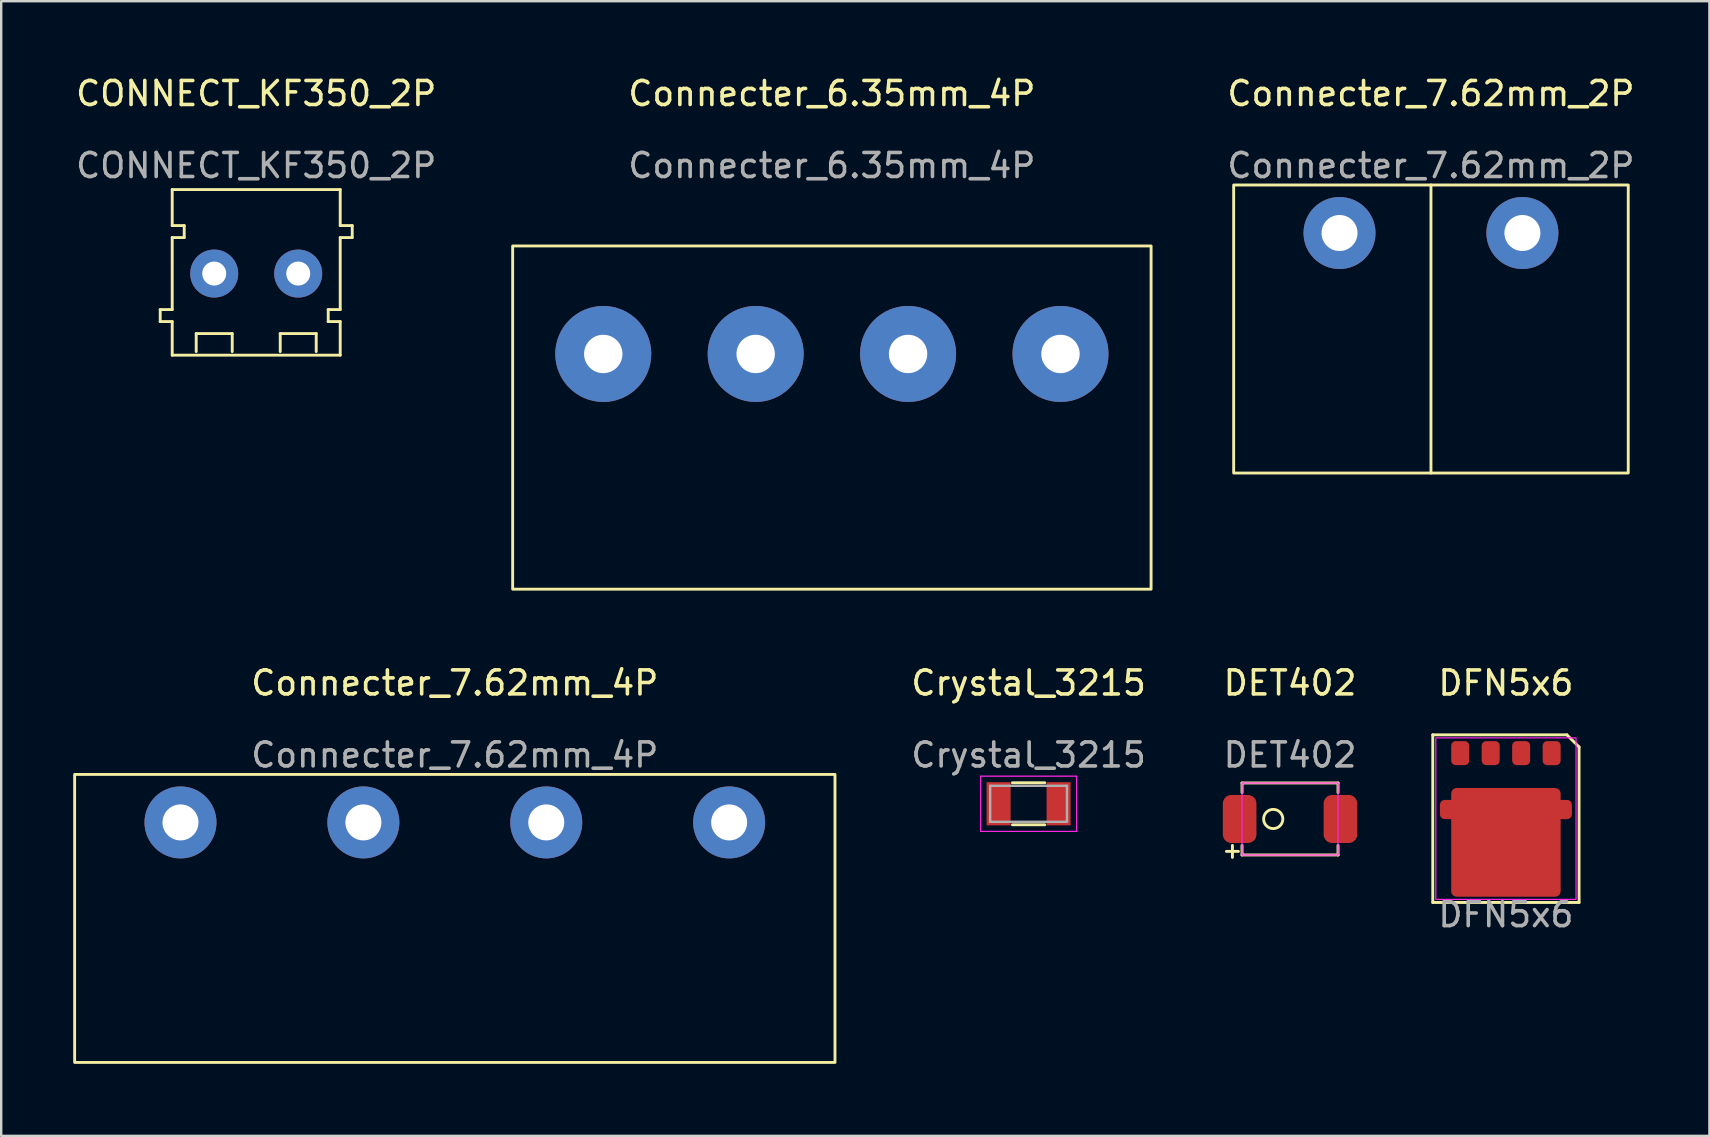
<source format=kicad_pcb>
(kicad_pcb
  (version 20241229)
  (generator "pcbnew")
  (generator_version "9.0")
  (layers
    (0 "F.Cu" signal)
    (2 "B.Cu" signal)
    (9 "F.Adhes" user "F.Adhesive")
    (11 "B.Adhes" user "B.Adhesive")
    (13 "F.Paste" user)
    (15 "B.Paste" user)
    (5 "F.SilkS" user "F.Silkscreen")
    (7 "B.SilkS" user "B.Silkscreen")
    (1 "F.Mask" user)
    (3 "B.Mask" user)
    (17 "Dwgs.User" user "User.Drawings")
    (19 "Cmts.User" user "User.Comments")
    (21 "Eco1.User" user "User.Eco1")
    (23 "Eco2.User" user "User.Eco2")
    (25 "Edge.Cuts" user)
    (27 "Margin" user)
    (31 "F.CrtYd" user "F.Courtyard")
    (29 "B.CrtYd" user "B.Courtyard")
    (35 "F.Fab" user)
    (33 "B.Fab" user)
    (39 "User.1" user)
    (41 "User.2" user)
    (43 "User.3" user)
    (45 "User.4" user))
  (footprint "Connecter_6.35mm_4P"
    (layer "F.Cu")
    (at 31.61 7.198)
    (property "Reference" "Connecter_6.35mm_4P" (at 0 -6.35 0) (unlocked yes) (layer "F.SilkS") (effects (font (size 1 1) (thickness 0.15))))
    (attr through_hole)
    (fp_rect (start -13.3 0) (end 13.3 14.3) (stroke (width 0.12) (type default)) (fill no) (layer "F.SilkS"))
    (fp_text user "${REFERENCE}" (at 0 -3.35 0) (unlocked yes) (layer "F.Fab") (effects (font (size 1 1) (thickness 0.15))))
    (pad "1" thru_hole circle (at -9.525 4.5) (size 4 4) (drill 1.6) (layers "*.Cu" "*.Mask"))
    (pad "2" thru_hole circle (at -3.175 4.5) (size 4 4) (drill 1.6) (layers "*.Cu" "*.Mask"))
    (pad "3" thru_hole circle (at 3.175 4.5) (size 4 4) (drill 1.6) (layers "*.Cu" "*.Mask"))
    (pad "4" thru_hole circle (at 9.525 4.5) (size 4 4) (drill 1.6) (layers "*.Cu" "*.Mask")))
  (footprint "Connecter_7.62mm_4P"
    (layer "F.Cu")
    (at 15.9 29.216)
    (property "Reference" "Connecter_7.62mm_4P" (at 0 -3.81 0) (unlocked yes) (layer "F.SilkS") (effects (font (size 1 1) (thickness 0.15))))
    (attr through_hole)
    (fp_rect (start -15.84 0) (end 15.84 12) (stroke (width 0.12) (type solid)) (fill no) (layer "F.SilkS"))
    (fp_text user "${REFERENCE}" (at 0 -0.81 0) (unlocked yes) (layer "F.Fab") (effects (font (size 1 1) (thickness 0.15))))
    (pad "1" thru_hole circle (at -11.43 2) (size 3 3) (drill 1.5) (layers "*.Cu" "*.Mask"))
    (pad "2" thru_hole circle (at -3.81 2) (size 3 3) (drill 1.5) (layers "*.Cu" "*.Mask"))
    (pad "3" thru_hole circle (at 3.81 2) (size 3 3) (drill 1.5) (layers "*.Cu" "*.Mask"))
    (pad "4" thru_hole circle (at 11.43 2) (size 3 3) (drill 1.5) (layers "*.Cu" "*.Mask")))
  (footprint "CONNECT_KF350_2P"
    (layer "F.Cu")
    (at 7.625 8.348)
    (property "Reference" "CONNECT_KF350_2P" (at 0 -7.5 0) (unlocked yes) (layer "F.SilkS") (effects (font (size 1 1) (thickness 0.15))))
    (attr through_hole)
    (fp_line (start -4 1.5) (end -3.5 1.5) (stroke (width 0.12) (type default)) (layer "F.SilkS"))
    (fp_line (start -4 2) (end -4 1.5) (stroke (width 0.12) (type default)) (layer "F.SilkS"))
    (fp_line (start -3.5 -3.5) (end -3.5 -2) (stroke (width 0.12) (type default)) (layer "F.SilkS"))
    (fp_line (start -3.5 -2) (end -3 -2) (stroke (width 0.12) (type default)) (layer "F.SilkS"))
    (fp_line (start -3.5 -1.5) (end -3.5 1.5) (stroke (width 0.12) (type default)) (layer "F.SilkS"))
    (fp_line (start -3.5 2) (end -4 2) (stroke (width 0.12) (type default)) (layer "F.SilkS"))
    (fp_line (start -3.5 2) (end -3.5 3.4) (stroke (width 0.12) (type default)) (layer "F.SilkS"))
    (fp_line (start -3.5 3.4) (end 3.5 3.4) (stroke (width 0.12) (type default)) (layer "F.SilkS"))
    (fp_line (start -3 -2) (end -3 -1.5) (stroke (width 0.12) (type default)) (layer "F.SilkS"))
    (fp_line (start -3 -1.5) (end -3.5 -1.5) (stroke (width 0.12) (type default)) (layer "F.SilkS"))
    (fp_line (start -2.5 2.5) (end -1 2.5) (stroke (width 0.12) (type default)) (layer "F.SilkS"))
    (fp_line (start -2.5 3.25) (end -2.5 2.5) (stroke (width 0.12) (type default)) (layer "F.SilkS"))
    (fp_line (start -1 2.5) (end -1 3.25) (stroke (width 0.12) (type default)) (layer "F.SilkS"))
    (fp_line (start 1 2.5) (end 2.5 2.5) (stroke (width 0.12) (type default)) (layer "F.SilkS"))
    (fp_line (start 1 3.25) (end 1 2.5) (stroke (width 0.12) (type default)) (layer "F.SilkS"))
    (fp_line (start 2.5 2.5) (end 2.5 3.25) (stroke (width 0.12) (type default)) (layer "F.SilkS"))
    (fp_line (start 3 1.5) (end 3.5 1.5) (stroke (width 0.12) (type default)) (layer "F.SilkS"))
    (fp_line (start 3 2) (end 3 1.5) (stroke (width 0.12) (type default)) (layer "F.SilkS"))
    (fp_line (start 3.5 -3.5) (end -3.5 -3.5) (stroke (width 0.12) (type default)) (layer "F.SilkS"))
    (fp_line (start 3.5 -2) (end 3.5 -3.5) (stroke (width 0.12) (type default)) (layer "F.SilkS"))
    (fp_line (start 3.5 -1.5) (end 4 -1.5) (stroke (width 0.12) (type default)) (layer "F.SilkS"))
    (fp_line (start 3.5 1.5) (end 3.5 -1.5) (stroke (width 0.12) (type default)) (layer "F.SilkS"))
    (fp_line (start 3.5 2) (end 3 2) (stroke (width 0.12) (type default)) (layer "F.SilkS"))
    (fp_line (start 3.5 3.4) (end 3.5 2) (stroke (width 0.12) (type default)) (layer "F.SilkS"))
    (fp_line (start 4 -2) (end 3.5 -2) (stroke (width 0.12) (type default)) (layer "F.SilkS"))
    (fp_line (start 4 -1.5) (end 4 -2) (stroke (width 0.12) (type default)) (layer "F.SilkS"))
    (fp_text user "${REFERENCE}" (at 0 -4.5 0) (unlocked yes) (layer "F.Fab") (effects (font (size 1 1) (thickness 0.15))))
    (pad "1" thru_hole circle (at -1.75 0) (size 2 2) (drill 1) (layers "*.Cu" "*.Mask"))
    (pad "2" thru_hole circle (at 1.75 0) (size 2 2) (drill 1) (layers "*.Cu" "*.Mask")))
  (footprint "Connecter_7.62mm_2P"
    (layer "F.Cu")
    (at 56.571 4.658)
    (property "Reference" "Connecter_7.62mm_2P" (at 0 -3.81 0) (unlocked yes) (layer "F.SilkS") (effects (font (size 1 1) (thickness 0.15))))
    (attr through_hole)
    (fp_line (start 0 0) (end 0 12) (stroke (width 0.12) (type solid)) (layer "F.SilkS"))
    (fp_rect (start -8.22 0) (end 8.22 12) (stroke (width 0.12) (type solid)) (fill no) (layer "F.SilkS"))
    (fp_text user "${REFERENCE}" (at 0 -0.81 0) (unlocked yes) (layer "F.Fab") (effects (font (size 1 1) (thickness 0.15))))
    (pad "1" thru_hole circle (at -3.81 2) (size 3 3) (drill 1.5) (layers "*.Cu" "*.Mask"))
    (pad "2" thru_hole circle (at 3.81 2) (size 3 3) (drill 1.5) (layers "*.Cu" "*.Mask")))
  (footprint "DFN5x6"
    (layer "F.Cu")
    (at 59.694 28.328)
    (property "Reference" "DFN5x6" (at 0 -2.921 0) (unlocked yes) (layer "F.SilkS") (effects (font (size 1 1) (thickness 0.15))))
    (attr smd)
    (fp_line (start -3.048 -0.762) (end -3.048 6.223) (stroke (width 0.12) (type solid)) (layer "F.SilkS"))
    (fp_line (start -3.048 -0.762) (end 2.54 -0.762) (stroke (width 0.12) (type solid)) (layer "F.SilkS"))
    (fp_line (start -3.048 6.223) (end 3.048 6.223) (stroke (width 0.12) (type solid)) (layer "F.SilkS"))
    (fp_line (start 3.048 -0.254) (end 2.54 -0.762) (stroke (width 0.12) (type solid)) (layer "F.SilkS"))
    (fp_line (start 3.048 6.223) (end 3.048 -0.254) (stroke (width 0.12) (type solid)) (layer "F.SilkS"))
    (fp_rect (start -2.921 -0.635) (end 2.921 6.096) (stroke (width 0.05) (type solid)) (fill no) (layer "F.CrtYd"))
    (fp_text user "${REFERENCE}" (at 0 6.731 0) (unlocked yes) (layer "F.Fab") (effects (font (size 1 1) (thickness 0.15))))
    (pad "D" smd roundrect (at 0 2.35) (size 5.5 0.8) (layers "F.Cu" "F.Mask" "F.Paste") (roundrect_rratio 0.25))
    (pad "D" smd roundrect (at 0 3.72) (size 4.56 4.53) (layers "F.Cu" "F.Mask" "F.Paste") (roundrect_rratio 0.05))
    (pad "G" smd roundrect (at -1.905 0) (size 0.75 1) (layers "F.Cu" "F.Mask" "F.Paste") (roundrect_rratio 0.25))
    (pad "S" smd roundrect (at -0.635 0) (size 0.75 1) (layers "F.Cu" "F.Mask" "F.Paste") (roundrect_rratio 0.25))
    (pad "S" smd roundrect (at 0.635 0) (size 0.75 1) (layers "F.Cu" "F.Mask" "F.Paste") (roundrect_rratio 0.25))
    (pad "S" smd roundrect (at 1.905 0) (size 0.75 1) (layers "F.Cu" "F.Mask" "F.Paste") (roundrect_rratio 0.25)))
  (footprint "Crystal_3215"
    (layer "F.Cu")
    (at 39.806 30.439)
    (property "Reference" "Crystal_3215" (at 0 -5.032 0) (unlocked yes) (layer "F.SilkS") (effects (font (size 1 1) (thickness 0.15))))
    (attr smd)
    (fp_line (start -0.675 -0.875) (end 0.675 -0.875) (stroke (width 0.12) (type solid)) (layer "F.SilkS"))
    (fp_line (start -0.675 0.875) (end 0.675 0.875) (stroke (width 0.12) (type solid)) (layer "F.SilkS"))
    (fp_line (start -2 -1.15) (end -2 1.15) (stroke (width 0.05) (type solid)) (layer "F.CrtYd"))
    (fp_line (start -2 -1.15) (end 2 -1.15) (stroke (width 0.05) (type solid)) (layer "F.CrtYd"))
    (fp_line (start -2 1.15) (end 2 1.15) (stroke (width 0.05) (type solid)) (layer "F.CrtYd"))
    (fp_line (start 2 -1.15) (end 2 1.15) (stroke (width 0.05) (type solid)) (layer "F.CrtYd"))
    (fp_line (start -1.6 -0.75) (end -1.6 0.75) (stroke (width 0.1) (type solid)) (layer "F.Fab"))
    (fp_line (start -1.6 -0.75) (end 1.6 -0.75) (stroke (width 0.1) (type solid)) (layer "F.Fab"))
    (fp_line (start -1.6 0.75) (end 1.6 0.75) (stroke (width 0.1) (type solid)) (layer "F.Fab"))
    (fp_line (start 1.6 -0.75) (end 1.6 0.75) (stroke (width 0.1) (type solid)) (layer "F.Fab"))
    (fp_text user "${REFERENCE}" (at 0 -2.032 0) (unlocked yes) (layer "F.Fab") (effects (font (size 1 1) (thickness 0.15))))
    (pad "1" smd rect (at 1.25 0) (size 1 1.8) (layers "F.Cu" "F.Mask" "F.Paste"))
    (pad "2" smd rect (at -1.25 0) (size 1 1.8) (layers "F.Cu" "F.Mask" "F.Paste")))
  (footprint "DET402"
    (layer "F.Cu")
    (at 50.699 31.073)
    (property "Reference" "DET402" (at 0 -5.667 0) (unlocked yes) (layer "F.SilkS") (effects (font (size 1 1) (thickness 0.15))))
    (attr smd)
    (fp_line (start -2.65 1.35) (end -2.15 1.35) (stroke (width 0.12) (type solid)) (layer "F.SilkS"))
    (fp_line (start -2.4 1.1) (end -2.4 1.6) (stroke (width 0.12) (type solid)) (layer "F.SilkS"))
    (fp_line (start -2 -1.5) (end 2 -1.5) (stroke (width 0.12) (type solid)) (layer "F.SilkS"))
    (fp_line (start -2 -1.1) (end -2 -1.5) (stroke (width 0.12) (type solid)) (layer "F.SilkS"))
    (fp_line (start -2 1.1) (end -2 1.5) (stroke (width 0.12) (type solid)) (layer "F.SilkS"))
    (fp_line (start -2 1.5) (end 2 1.5) (stroke (width 0.12) (type solid)) (layer "F.SilkS"))
    (fp_line (start 2 -1.5) (end 2 -1.1) (stroke (width 0.12) (type solid)) (layer "F.SilkS"))
    (fp_line (start 2 1.5) (end 2 1.1) (stroke (width 0.12) (type solid)) (layer "F.SilkS"))
    (fp_circle (center -0.7 0) (end -0.3 0) (stroke (width 0.12) (type solid)) (fill no) (layer "F.SilkS"))
    (fp_rect (start -2 -1.5) (end 2 1.5) (stroke (width 0.05) (type solid)) (fill no) (layer "F.CrtYd"))
    (fp_text user "${REFERENCE}" (at 0 -2.667 0) (unlocked yes) (layer "F.Fab") (effects (font (size 1 1) (thickness 0.15))))
    (pad "1" smd roundrect (at -2.1 0) (size 1.4 2) (layers "F.Cu" "F.Mask" "F.Paste") (roundrect_rratio 0.25))
    (pad "2" smd roundrect (at 2.1 0) (size 1.4 2) (layers "F.Cu" "F.Mask" "F.Paste") (roundrect_rratio 0.25)))
  (gr_rect
    (start -3 -3)
    (end 68.172 44.276)
    (stroke (width 0.1) (type default))
    (fill no)
    (layer "Edge.Cuts")))
</source>
